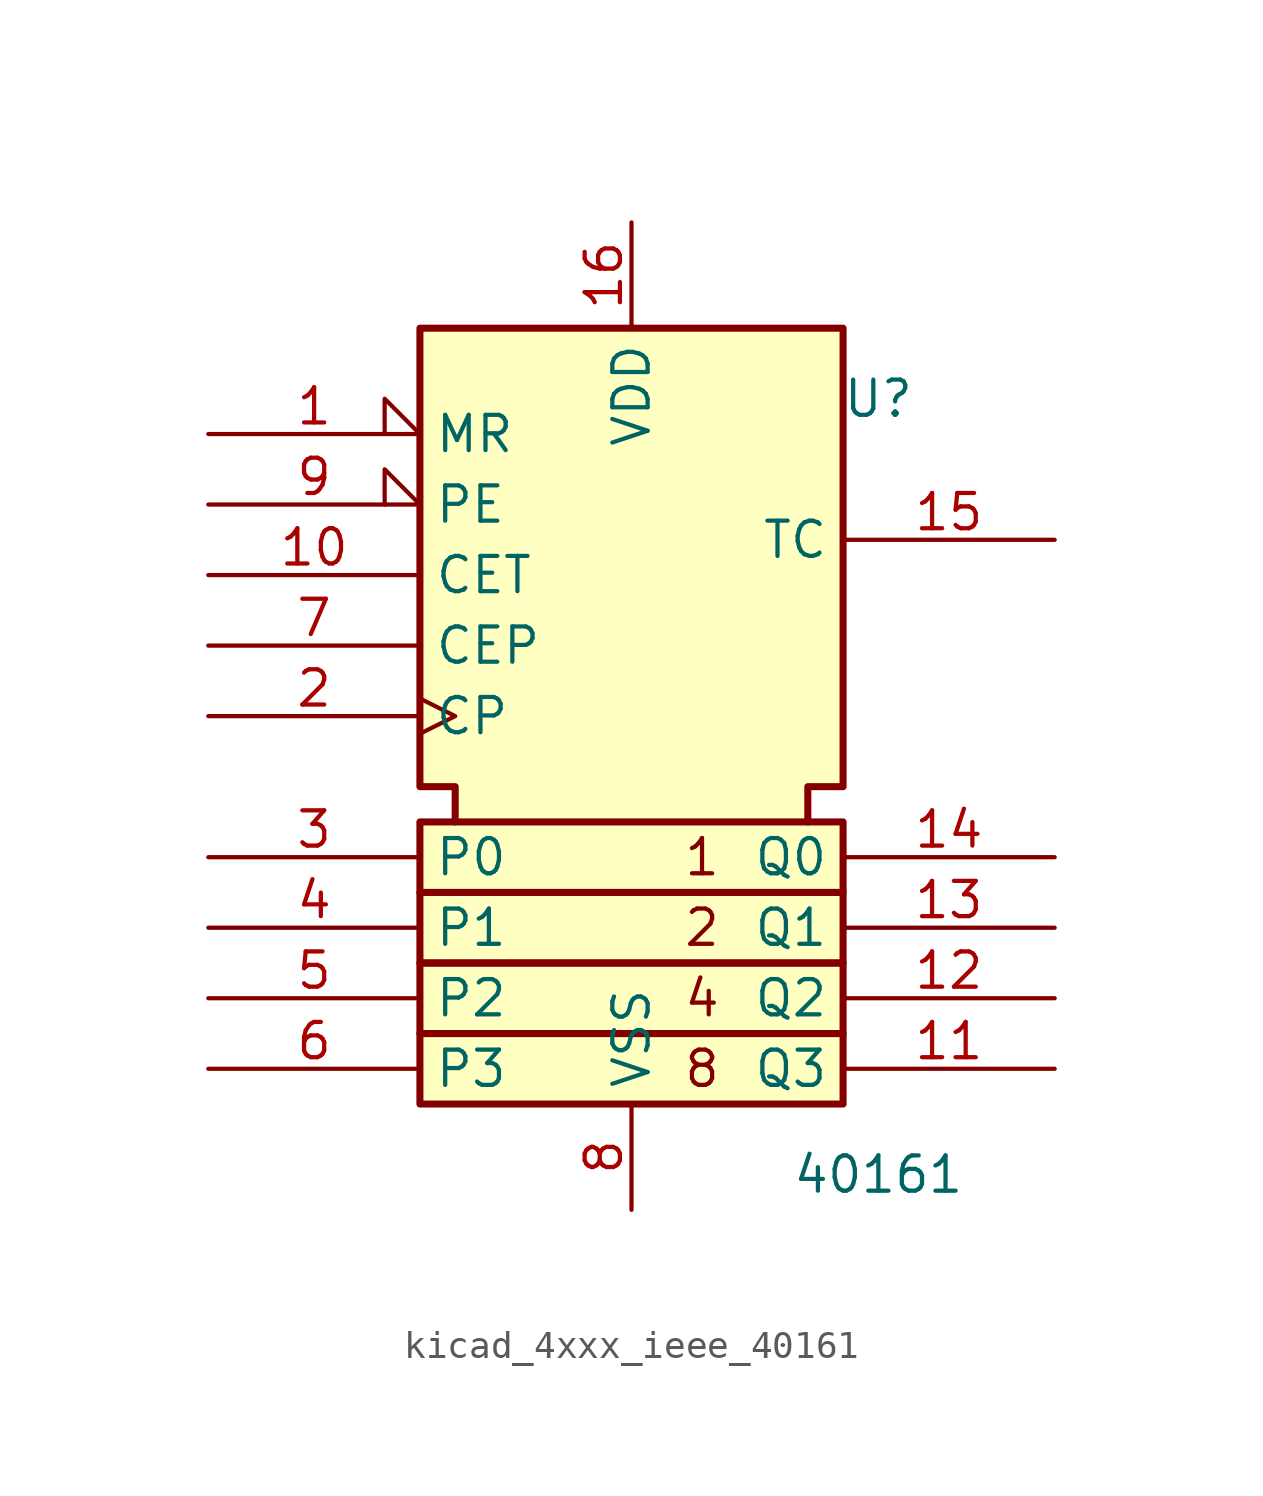
<source format=kicad_sym>
(kicad_symbol_lib
  (version 20220914)
  (generator kicad_symbol_editor)
  (symbol "kicad_4xxx_ieee_40161"
    (property "Reference" "U"
      (at 8.89 8.89 0)
      (effects (font (size 1.27 1.27))))
    (property "Value" "40161"
      (at 8.89 -19.05 0)
      (effects (font (size 1.27 1.27))))
    (symbol "kicad_4xxx_ieee_40161_0_0"
      (rectangle (start -7.62 -13.97) (end 7.62 -16.51) (stroke (width 0.254) (type default)) (fill (type background)))
      (rectangle (start -7.62 -11.43) (end 7.62 -13.97) (stroke (width 0.254) (type default)) (fill (type background)))
      (rectangle (start -7.62 -8.89) (end 7.62 -11.43) (stroke (width 0.254) (type default)) (fill (type background)))
      (rectangle (start -7.62 -6.35) (end 7.62 -8.89) (stroke (width 0.254) (type default)) (fill (type background)))
      (polyline (pts (xy -6.35 -6.35) (xy -6.35 -5.08) (xy -7.62 -5.08) (xy -7.62 11.43) (xy 7.62 11.43) (xy 7.62 -5.08) (xy 6.35 -5.08) (xy 6.35 -6.35) (xy 6.35 -6.35)) (stroke (width 0.254) (type default)) (fill (type background)))
      (text "1" (at 2.54 -7.62 0) (effects (font (size 1.27 1.27))))
      (text "2" (at 2.54 -10.16 0) (effects (font (size 1.27 1.27))))
      (text "4" (at 2.54 -12.7 0) (effects (font (size 1.27 1.27))))
      (text "8" (at 2.54 -15.24 0) (effects (font (size 1.27 1.27)))))
    (symbol "kicad_4xxx_ieee_40161_1_1"
      (pin input input_low (at -15.24 7.62 0) (length 7.62) (name "MR" (effects (font (size 1.27 1.27)))) (number "1" (effects (font (size 1.27 1.27)))))
      (pin input line (at -15.24 2.54 0) (length 7.62) (name "CET" (effects (font (size 1.27 1.27)))) (number "10" (effects (font (size 1.27 1.27)))))
      (pin output line (at 15.24 -15.24 180) (length 7.62) (name "Q3" (effects (font (size 1.27 1.27)))) (number "11" (effects (font (size 1.27 1.27)))))
      (pin output line (at 15.24 -12.7 180) (length 7.62) (name "Q2" (effects (font (size 1.27 1.27)))) (number "12" (effects (font (size 1.27 1.27)))))
      (pin output line (at 15.24 -10.16 180) (length 7.62) (name "Q1" (effects (font (size 1.27 1.27)))) (number "13" (effects (font (size 1.27 1.27)))))
      (pin output line (at 15.24 -7.62 180) (length 7.62) (name "Q0" (effects (font (size 1.27 1.27)))) (number "14" (effects (font (size 1.27 1.27)))))
      (pin output line (at 15.24 3.81 180) (length 7.62) (name "TC" (effects (font (size 1.27 1.27)))) (number "15" (effects (font (size 1.27 1.27)))))
      (pin power_in line (at 0 15.24 270) (length 3.81) (name "VDD" (effects (font (size 1.27 1.27)))) (number "16" (effects (font (size 1.27 1.27)))))
      (pin input clock (at -15.24 -2.54 0) (length 7.62) (name "CP" (effects (font (size 1.27 1.27)))) (number "2" (effects (font (size 1.27 1.27)))))
      (pin input line (at -15.24 -7.62 0) (length 7.62) (name "P0" (effects (font (size 1.27 1.27)))) (number "3" (effects (font (size 1.27 1.27)))))
      (pin input line (at -15.24 -10.16 0) (length 7.62) (name "P1" (effects (font (size 1.27 1.27)))) (number "4" (effects (font (size 1.27 1.27)))))
      (pin input line (at -15.24 -12.7 0) (length 7.62) (name "P2" (effects (font (size 1.27 1.27)))) (number "5" (effects (font (size 1.27 1.27)))))
      (pin input line (at -15.24 -15.24 0) (length 7.62) (name "P3" (effects (font (size 1.27 1.27)))) (number "6" (effects (font (size 1.27 1.27)))))
      (pin input line (at -15.24 0 0) (length 7.62) (name "CEP" (effects (font (size 1.27 1.27)))) (number "7" (effects (font (size 1.27 1.27)))))
      (pin power_in line (at 0 -20.32 90) (length 3.81) (name "VSS" (effects (font (size 1.27 1.27)))) (number "8" (effects (font (size 1.27 1.27)))))
      (pin input input_low (at -15.24 5.08 0) (length 7.62) (name "PE" (effects (font (size 1.27 1.27)))) (number "9" (effects (font (size 1.27 1.27))))))))
</source>
